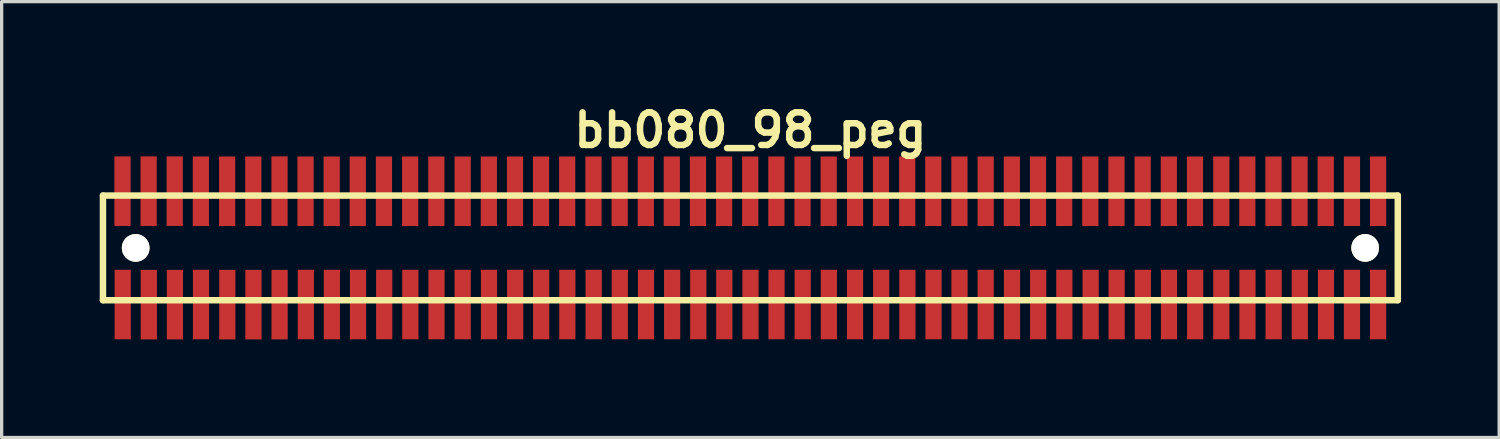
<source format=kicad_pcb>
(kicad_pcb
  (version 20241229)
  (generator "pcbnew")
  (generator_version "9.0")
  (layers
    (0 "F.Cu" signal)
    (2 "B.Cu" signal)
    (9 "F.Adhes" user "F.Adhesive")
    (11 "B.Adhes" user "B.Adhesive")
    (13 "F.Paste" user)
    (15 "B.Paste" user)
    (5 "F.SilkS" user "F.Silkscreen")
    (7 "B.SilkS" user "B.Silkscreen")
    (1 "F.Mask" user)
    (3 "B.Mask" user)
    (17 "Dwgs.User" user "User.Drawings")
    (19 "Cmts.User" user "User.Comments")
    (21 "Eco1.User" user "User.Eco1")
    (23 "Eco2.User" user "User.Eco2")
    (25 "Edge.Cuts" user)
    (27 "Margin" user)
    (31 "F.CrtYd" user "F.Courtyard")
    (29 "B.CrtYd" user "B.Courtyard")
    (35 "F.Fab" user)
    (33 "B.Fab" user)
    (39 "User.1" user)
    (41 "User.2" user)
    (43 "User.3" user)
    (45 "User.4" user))
  (footprint "bb080_98_peg"
    (layer "F.Cu")
    (at 19.898 4.531)
    (property "Reference" "bb080_98_peg" (at 0 -3.599 0) (layer "F.SilkS") (effects (font (size 0.998 0.998) (thickness 0.198))))
    (attr smd)
    (fp_line (start -19.799 -1.6) (end -19.799 1.6) (stroke (width 0.198) (type solid)) (layer "F.SilkS"))
    (fp_line (start -19.799 1.6) (end 19.799 1.6) (stroke (width 0.198) (type solid)) (layer "F.SilkS"))
    (fp_line (start 19.799 -1.6) (end -19.799 -1.6) (stroke (width 0.198) (type solid)) (layer "F.SilkS"))
    (fp_line (start 19.799 1.6) (end 19.799 -1.6) (stroke (width 0.198) (type solid)) (layer "F.SilkS"))
    (pad "" np_thru_hole circle (at -18.799 0) (size 0.848 0.848) (drill 0.848) (layers "*.Cu" "*.Mask" "F.SilkS"))
    (pad "" np_thru_hole circle (at 18.801 0) (size 0.848 0.848) (drill 0.848) (layers "*.Cu" "*.Mask" "F.SilkS"))
    (pad "1" smd rect (at -19.195 1.732) (size 0.495 2.126) (layers "F.Cu" "F.Mask" "F.Paste"))
    (pad "2" smd rect (at -19.202 -1.735) (size 0.495 2.126) (layers "F.Cu" "F.Mask" "F.Paste"))
    (pad "3" smd rect (at -18.397 1.735) (size 0.495 2.126) (layers "F.Cu" "F.Mask" "F.Paste"))
    (pad "4" smd rect (at -18.402 -1.735) (size 0.495 2.126) (layers "F.Cu" "F.Mask" "F.Paste"))
    (pad "5" smd rect (at -17.6 1.735) (size 0.495 2.126) (layers "F.Cu" "F.Mask" "F.Paste"))
    (pad "6" smd rect (at -17.605 -1.735) (size 0.495 2.126) (layers "F.Cu" "F.Mask" "F.Paste"))
    (pad "7" smd rect (at -16.8 1.732) (size 0.495 2.126) (layers "F.Cu" "F.Mask" "F.Paste"))
    (pad "8" smd rect (at -16.805 -1.732) (size 0.495 2.126) (layers "F.Cu" "F.Mask" "F.Paste"))
    (pad "9" smd rect (at -15.997 1.735) (size 0.495 2.126) (layers "F.Cu" "F.Mask" "F.Paste"))
    (pad "10" smd rect (at -16.002 -1.732) (size 0.495 2.126) (layers "F.Cu" "F.Mask" "F.Paste"))
    (pad "11" smd rect (at -15.197 1.735) (size 0.495 2.126) (layers "F.Cu" "F.Mask" "F.Paste"))
    (pad "12" smd rect (at -15.202 -1.732) (size 0.495 2.126) (layers "F.Cu" "F.Mask" "F.Paste"))
    (pad "13" smd rect (at -14.397 1.735) (size 0.495 2.126) (layers "F.Cu" "F.Mask" "F.Paste"))
    (pad "14" smd rect (at -14.399 -1.735) (size 0.495 2.126) (layers "F.Cu" "F.Mask" "F.Paste"))
    (pad "15" smd rect (at -13.594 1.732) (size 0.495 2.126) (layers "F.Cu" "F.Mask" "F.Paste"))
    (pad "16" smd rect (at -13.604 -1.732) (size 0.495 2.126) (layers "F.Cu" "F.Mask" "F.Paste"))
    (pad "17" smd rect (at -12.799 1.732) (size 0.495 2.126) (layers "F.Cu" "F.Mask" "F.Paste"))
    (pad "18" smd rect (at -12.804 -1.732) (size 0.495 2.126) (layers "F.Cu" "F.Mask" "F.Paste"))
    (pad "19" smd rect (at -11.999 1.732) (size 0.495 2.126) (layers "F.Cu" "F.Mask" "F.Paste"))
    (pad "20" smd rect (at -12.007 -1.732) (size 0.495 2.126) (layers "F.Cu" "F.Mask" "F.Paste"))
    (pad "21" smd rect (at -11.199 1.732) (size 0.495 2.126) (layers "F.Cu" "F.Mask" "F.Paste"))
    (pad "22" smd rect (at -11.206 -1.732) (size 0.495 2.126) (layers "F.Cu" "F.Mask" "F.Paste"))
    (pad "23" smd rect (at -10.399 1.732) (size 0.495 2.126) (layers "F.Cu" "F.Mask" "F.Paste"))
    (pad "24" smd rect (at -10.404 -1.732) (size 0.495 2.126) (layers "F.Cu" "F.Mask" "F.Paste"))
    (pad "25" smd rect (at -9.599 1.732) (size 0.495 2.126) (layers "F.Cu" "F.Mask" "F.Paste"))
    (pad "26" smd rect (at -9.604 -1.732) (size 0.495 2.126) (layers "F.Cu" "F.Mask" "F.Paste"))
    (pad "27" smd rect (at -8.799 1.732) (size 0.495 2.126) (layers "F.Cu" "F.Mask" "F.Paste"))
    (pad "28" smd rect (at -8.799 -1.732) (size 0.495 2.126) (layers "F.Cu" "F.Mask" "F.Paste"))
    (pad "29" smd rect (at -7.993 1.732) (size 0.495 2.126) (layers "F.Cu" "F.Mask" "F.Paste"))
    (pad "30" smd rect (at -7.998 -1.732) (size 0.495 2.126) (layers "F.Cu" "F.Mask" "F.Paste"))
    (pad "31" smd rect (at -7.193 1.732) (size 0.495 2.126) (layers "F.Cu" "F.Mask" "F.Paste"))
    (pad "32" smd rect (at -7.198 -1.732) (size 0.495 2.126) (layers "F.Cu" "F.Mask" "F.Paste"))
    (pad "33" smd rect (at -6.398 1.732) (size 0.495 2.126) (layers "F.Cu" "F.Mask" "F.Paste"))
    (pad "34" smd rect (at -6.403 -1.732) (size 0.495 2.126) (layers "F.Cu" "F.Mask" "F.Paste"))
    (pad "35" smd rect (at -5.598 1.732) (size 0.495 2.126) (layers "F.Cu" "F.Mask" "F.Paste"))
    (pad "36" smd rect (at -5.603 -1.732) (size 0.495 2.126) (layers "F.Cu" "F.Mask" "F.Paste"))
    (pad "37" smd rect (at -4.793 1.732) (size 0.495 2.126) (layers "F.Cu" "F.Mask" "F.Paste"))
    (pad "38" smd rect (at -4.798 -1.732) (size 0.495 2.126) (layers "F.Cu" "F.Mask" "F.Paste"))
    (pad "39" smd rect (at -3.993 1.732) (size 0.495 2.126) (layers "F.Cu" "F.Mask" "F.Paste"))
    (pad "40" smd rect (at -3.998 -1.732) (size 0.495 2.126) (layers "F.Cu" "F.Mask" "F.Paste"))
    (pad "41" smd rect (at -3.193 1.732) (size 0.495 2.126) (layers "F.Cu" "F.Mask" "F.Paste"))
    (pad "42" smd rect (at -3.198 -1.732) (size 0.495 2.126) (layers "F.Cu" "F.Mask" "F.Paste"))
    (pad "43" smd rect (at -2.393 1.732) (size 0.495 2.126) (layers "F.Cu" "F.Mask" "F.Paste"))
    (pad "44" smd rect (at -2.403 -1.732) (size 0.495 2.126) (layers "F.Cu" "F.Mask" "F.Paste"))
    (pad "45" smd rect (at -1.593 1.732) (size 0.495 2.126) (layers "F.Cu" "F.Mask" "F.Paste"))
    (pad "46" smd rect (at -1.603 -1.732) (size 0.495 2.126) (layers "F.Cu" "F.Mask" "F.Paste"))
    (pad "47" smd rect (at -0.798 1.732) (size 0.495 2.126) (layers "F.Cu" "F.Mask" "F.Paste"))
    (pad "48" smd rect (at -0.803 -1.732) (size 0.495 2.126) (layers "F.Cu" "F.Mask" "F.Paste"))
    (pad "49" smd rect (at 0.003 1.732) (size 0.495 2.126) (layers "F.Cu" "F.Mask" "F.Paste"))
    (pad "50" smd rect (at -0.005 -1.732) (size 0.495 2.126) (layers "F.Cu" "F.Mask" "F.Paste"))
    (pad "51" smd rect (at 0.8 1.732) (size 0.495 2.126) (layers "F.Cu" "F.Mask" "F.Paste"))
    (pad "52" smd rect (at 0.795 -1.732) (size 0.495 2.126) (layers "F.Cu" "F.Mask" "F.Paste"))
    (pad "53" smd rect (at 1.6 1.732) (size 0.495 2.126) (layers "F.Cu" "F.Mask" "F.Paste"))
    (pad "54" smd rect (at 1.595 -1.732) (size 0.495 2.126) (layers "F.Cu" "F.Mask" "F.Paste"))
    (pad "55" smd rect (at 2.4 1.732) (size 0.495 2.126) (layers "F.Cu" "F.Mask" "F.Paste"))
    (pad "56" smd rect (at 2.395 -1.732) (size 0.495 2.126) (layers "F.Cu" "F.Mask" "F.Paste"))
    (pad "57" smd rect (at 3.2 1.732) (size 0.495 2.126) (layers "F.Cu" "F.Mask" "F.Paste"))
    (pad "58" smd rect (at 3.2 -1.732) (size 0.495 2.126) (layers "F.Cu" "F.Mask" "F.Paste"))
    (pad "59" smd rect (at 4 1.732) (size 0.495 2.126) (layers "F.Cu" "F.Mask" "F.Paste"))
    (pad "60" smd rect (at 3.995 -1.732) (size 0.495 2.126) (layers "F.Cu" "F.Mask" "F.Paste"))
    (pad "61" smd rect (at 4.801 1.732) (size 0.495 2.126) (layers "F.Cu" "F.Mask" "F.Paste"))
    (pad "62" smd rect (at 4.796 -1.732) (size 0.495 2.126) (layers "F.Cu" "F.Mask" "F.Paste"))
    (pad "63" smd rect (at 5.601 1.732) (size 0.495 2.126) (layers "F.Cu" "F.Mask" "F.Paste"))
    (pad "64" smd rect (at 5.593 -1.732) (size 0.495 2.126) (layers "F.Cu" "F.Mask" "F.Paste"))
    (pad "65" smd rect (at 6.396 1.732) (size 0.495 2.126) (layers "F.Cu" "F.Mask" "F.Paste"))
    (pad "66" smd rect (at 6.393 -1.732) (size 0.495 2.126) (layers "F.Cu" "F.Mask" "F.Paste"))
    (pad "67" smd rect (at 7.196 1.732) (size 0.495 2.126) (layers "F.Cu" "F.Mask" "F.Paste"))
    (pad "68" smd rect (at 7.196 -1.732) (size 0.495 2.126) (layers "F.Cu" "F.Mask" "F.Paste"))
    (pad "69" smd rect (at 8.001 1.732) (size 0.495 2.126) (layers "F.Cu" "F.Mask" "F.Paste"))
    (pad "70" smd rect (at 7.996 -1.732) (size 0.495 2.126) (layers "F.Cu" "F.Mask" "F.Paste"))
    (pad "71" smd rect (at 8.801 1.732) (size 0.495 2.126) (layers "F.Cu" "F.Mask" "F.Paste"))
    (pad "72" smd rect (at 8.796 -1.732) (size 0.495 2.126) (layers "F.Cu" "F.Mask" "F.Paste"))
    (pad "73" smd rect (at 9.601 1.732) (size 0.495 2.126) (layers "F.Cu" "F.Mask" "F.Paste"))
    (pad "74" smd rect (at 9.596 -1.732) (size 0.495 2.126) (layers "F.Cu" "F.Mask" "F.Paste"))
    (pad "75" smd rect (at 10.406 1.732) (size 0.495 2.126) (layers "F.Cu" "F.Mask" "F.Paste"))
    (pad "76" smd rect (at 10.396 -1.732) (size 0.495 2.126) (layers "F.Cu" "F.Mask" "F.Paste"))
    (pad "77" smd rect (at 11.201 1.732) (size 0.495 2.126) (layers "F.Cu" "F.Mask" "F.Paste"))
    (pad "78" smd rect (at 11.196 -1.732) (size 0.495 2.126) (layers "F.Cu" "F.Mask" "F.Paste"))
    (pad "79" smd rect (at 12.002 1.732) (size 0.495 2.126) (layers "F.Cu" "F.Mask" "F.Paste"))
    (pad "80" smd rect (at 11.996 -1.732) (size 0.495 2.126) (layers "F.Cu" "F.Mask" "F.Paste"))
    (pad "81" smd rect (at 12.802 1.732) (size 0.495 2.126) (layers "F.Cu" "F.Mask" "F.Paste"))
    (pad "82" smd rect (at 12.797 -1.732) (size 0.495 2.126) (layers "F.Cu" "F.Mask" "F.Paste"))
    (pad "83" smd rect (at 13.602 1.732) (size 0.495 2.126) (layers "F.Cu" "F.Mask" "F.Paste"))
    (pad "84" smd rect (at 13.597 -1.732) (size 0.495 2.126) (layers "F.Cu" "F.Mask" "F.Paste"))
    (pad "85" smd rect (at 14.402 1.732) (size 0.495 2.126) (layers "F.Cu" "F.Mask" "F.Paste"))
    (pad "86" smd rect (at 14.402 -1.732) (size 0.495 2.126) (layers "F.Cu" "F.Mask" "F.Paste"))
    (pad "87" smd rect (at 15.202 1.732) (size 0.495 2.126) (layers "F.Cu" "F.Mask" "F.Paste"))
    (pad "88" smd rect (at 15.197 -1.732) (size 0.495 2.126) (layers "F.Cu" "F.Mask" "F.Paste"))
    (pad "89" smd rect (at 16.002 1.732) (size 0.495 2.126) (layers "F.Cu" "F.Mask" "F.Paste"))
    (pad "90" smd rect (at 15.997 -1.732) (size 0.495 2.126) (layers "F.Cu" "F.Mask" "F.Paste"))
    (pad "91" smd rect (at 16.802 1.732) (size 0.495 2.126) (layers "F.Cu" "F.Mask" "F.Paste"))
    (pad "92" smd rect (at 16.794 -1.732) (size 0.495 2.126) (layers "F.Cu" "F.Mask" "F.Paste"))
    (pad "93" smd rect (at 17.602 1.732) (size 0.495 2.126) (layers "F.Cu" "F.Mask" "F.Paste"))
    (pad "94" smd rect (at 17.595 -1.732) (size 0.495 2.126) (layers "F.Cu" "F.Mask" "F.Paste"))
    (pad "95" smd rect (at 18.397 1.732) (size 0.495 2.126) (layers "F.Cu" "F.Mask" "F.Paste"))
    (pad "96" smd rect (at 18.397 -1.732) (size 0.495 2.126) (layers "F.Cu" "F.Mask" "F.Paste"))
    (pad "97" smd rect (at 19.197 1.732) (size 0.495 2.126) (layers "F.Cu" "F.Mask" "F.Paste"))
    (pad "98" smd rect (at 19.197 -1.732) (size 0.495 2.126) (layers "F.Cu" "F.Mask" "F.Paste")))
  (gr_rect
    (start -3 -3)
    (end 42.797 10.329)
    (stroke (width 0.1) (type default))
    (fill no)
    (layer "Edge.Cuts")))
</source>
